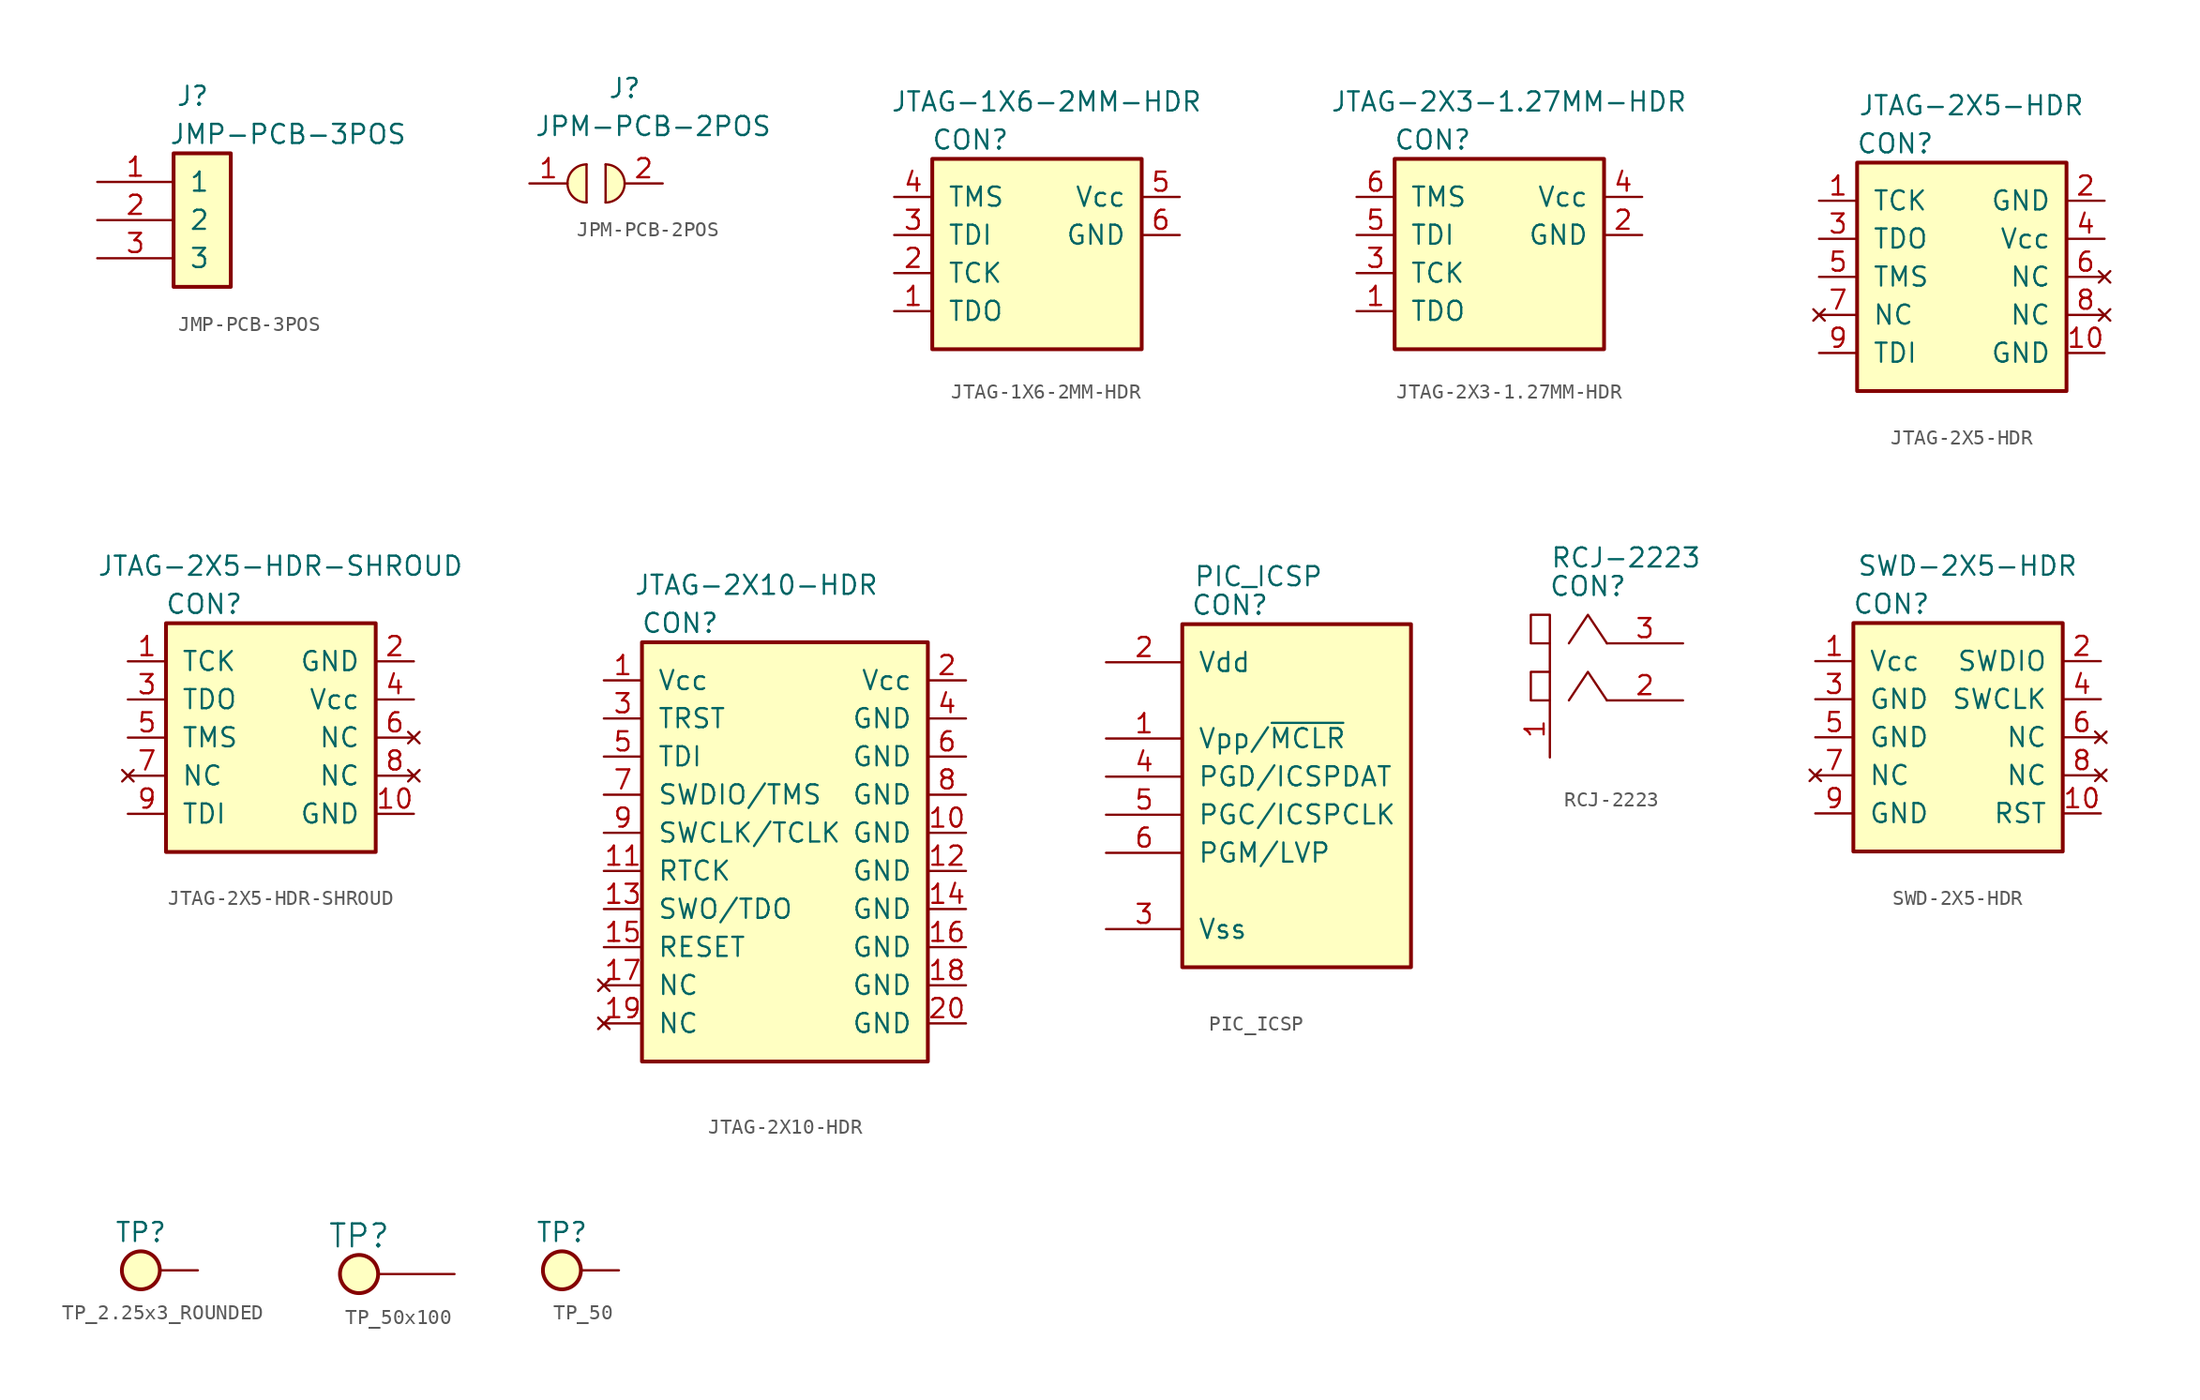
<source format=kicad_sym>
(kicad_symbol_lib
  (version 20220914)
  (generator kicad_symbol_editor)
  (symbol "JMP-PCB-3POS"
    (pin_names
      (offset 1.016))
    (property "Reference" "J"
      (at 1.27 3.81 0)
      (effects (font (size 1.27 1.27))))
    (property "Value" "JMP-PCB-3POS"
      (at 7.62 1.27 0)
      (effects (font (size 1.27 1.27))))
    (symbol "JMP-PCB-3POS_0_1"
      (rectangle (start 0 0) (end 3.81 -8.89) (stroke (width 0.254) (type default)) (fill (type background))))
    (symbol "JMP-PCB-3POS_1_1"
      (pin passive line (at -5.08 -1.905 0) (length 5.08) (name "1" (effects (font (size 1.27 1.27)))) (number "1" (effects (font (size 1.27 1.27)))))
      (pin passive line (at -5.08 -4.445 0) (length 5.08) (name "2" (effects (font (size 1.27 1.27)))) (number "2" (effects (font (size 1.27 1.27)))))
      (pin passive line (at -5.08 -6.985 0) (length 5.08) (name "3" (effects (font (size 1.27 1.27)))) (number "3" (effects (font (size 1.27 1.27)))))))
  (symbol "JPM-PCB-2POS"
    (pin_names
      (offset 1.016))
    (property "Reference" "J"
      (at 2.54 3.81 0)
      (effects (font (size 1.27 1.27))))
    (property "Value" "JPM-PCB-2POS"
      (at 4.445 1.27 0)
      (effects (font (size 1.27 1.27))))
    (symbol "JPM-PCB-2POS_0_1"
      (arc (start 0 -1.27) (mid -1.2645 -2.54) (end 0 -3.81) (stroke (width 0) (type default)) (fill (type background)))
      (polyline (pts (xy 0 -3.81) (xy 0 -1.27)) (stroke (width 0) (type default)) (fill (type none)))
      (polyline (pts (xy 1.27 -1.27) (xy 1.27 -3.81)) (stroke (width 0) (type default)) (fill (type none)))
      (arc (start 1.27 -3.81) (mid 2.5345 -2.54) (end 1.27 -1.27) (stroke (width 0) (type default)) (fill (type background))))
    (symbol "JPM-PCB-2POS_1_1"
      (pin passive line (at -3.81 -2.54 0) (length 2.54) (name "1" (effects (font (size 0 0)))) (number "1" (effects (font (size 1.27 1.27)))))
      (pin passive line (at 5.08 -2.54 180) (length 2.54) (name "2" (effects (font (size 0 0)))) (number "2" (effects (font (size 1.27 1.27)))))))
  (symbol "JTAG-1X6-2MM-HDR"
    (pin_names
      (offset 1.016))
    (property "Reference" "CON"
      (at 2.54 1.27 0)
      (effects (font (size 1.27 1.27))))
    (property "Value" "JTAG-1X6-2MM-HDR"
      (at 7.62 3.81 0)
      (effects (font (size 1.27 1.27))))
    (symbol "JTAG-1X6-2MM-HDR_0_1"
      (rectangle (start 0 0) (end 13.97 -12.7) (stroke (width 0.254) (type default)) (fill (type background))))
    (symbol "JTAG-1X6-2MM-HDR_1_1"
      (pin bidirectional line (at -2.54 -10.16 0) (length 2.54) (name "TDO" (effects (font (size 1.27 1.27)))) (number "1" (effects (font (size 1.27 1.27)))))
      (pin bidirectional line (at -2.54 -7.62 0) (length 2.54) (name "TCK" (effects (font (size 1.27 1.27)))) (number "2" (effects (font (size 1.27 1.27)))))
      (pin bidirectional line (at -2.54 -5.08 0) (length 2.54) (name "TDI" (effects (font (size 1.27 1.27)))) (number "3" (effects (font (size 1.27 1.27)))))
      (pin bidirectional line (at -2.54 -2.54 0) (length 2.54) (name "TMS" (effects (font (size 1.27 1.27)))) (number "4" (effects (font (size 1.27 1.27)))))
      (pin power_in line (at 16.51 -2.54 180) (length 2.54) (name "Vcc" (effects (font (size 1.27 1.27)))) (number "5" (effects (font (size 1.27 1.27)))))
      (pin power_in line (at 16.51 -5.08 180) (length 2.54) (name "GND" (effects (font (size 1.27 1.27)))) (number "6" (effects (font (size 1.27 1.27)))))))
  (symbol "JTAG-2X3-1.27MM-HDR"
    (pin_names
      (offset 1.016))
    (property "Reference" "CON"
      (at 2.54 1.27 0)
      (effects (font (size 1.27 1.27))))
    (property "Value" "JTAG-2X3-1.27MM-HDR"
      (at 7.62 3.81 0)
      (effects (font (size 1.27 1.27))))
    (symbol "JTAG-2X3-1.27MM-HDR_0_1"
      (rectangle (start 0 0) (end 13.97 -12.7) (stroke (width 0.254) (type default)) (fill (type background))))
    (symbol "JTAG-2X3-1.27MM-HDR_1_1"
      (pin bidirectional line (at -2.54 -10.16 0) (length 2.54) (name "TDO" (effects (font (size 1.27 1.27)))) (number "1" (effects (font (size 1.27 1.27)))))
      (pin power_in line (at 16.51 -5.08 180) (length 2.54) (name "GND" (effects (font (size 1.27 1.27)))) (number "2" (effects (font (size 1.27 1.27)))))
      (pin bidirectional line (at -2.54 -7.62 0) (length 2.54) (name "TCK" (effects (font (size 1.27 1.27)))) (number "3" (effects (font (size 1.27 1.27)))))
      (pin power_in line (at 16.51 -2.54 180) (length 2.54) (name "Vcc" (effects (font (size 1.27 1.27)))) (number "4" (effects (font (size 1.27 1.27)))))
      (pin bidirectional line (at -2.54 -5.08 0) (length 2.54) (name "TDI" (effects (font (size 1.27 1.27)))) (number "5" (effects (font (size 1.27 1.27)))))
      (pin bidirectional line (at -2.54 -2.54 0) (length 2.54) (name "TMS" (effects (font (size 1.27 1.27)))) (number "6" (effects (font (size 1.27 1.27)))))))
  (symbol "JTAG-2X5-HDR"
    (pin_names
      (offset 1.016))
    (property "Reference" "CON"
      (at 2.54 1.27 0)
      (effects (font (size 1.27 1.27))))
    (property "Value" "JTAG-2X5-HDR"
      (at 7.62 3.81 0)
      (effects (font (size 1.27 1.27))))
    (symbol "JTAG-2X5-HDR_0_1"
      (rectangle (start 0 0) (end 13.97 -15.24) (stroke (width 0.254) (type default)) (fill (type background))))
    (symbol "JTAG-2X5-HDR_1_1"
      (pin bidirectional line (at -2.54 -2.54 0) (length 2.54) (name "TCK" (effects (font (size 1.27 1.27)))) (number "1" (effects (font (size 1.27 1.27)))))
      (pin power_in line (at 16.51 -12.7 180) (length 2.54) (name "GND" (effects (font (size 1.27 1.27)))) (number "10" (effects (font (size 1.27 1.27)))))
      (pin power_in line (at 16.51 -2.54 180) (length 2.54) (name "GND" (effects (font (size 1.27 1.27)))) (number "2" (effects (font (size 1.27 1.27)))))
      (pin bidirectional line (at -2.54 -5.08 0) (length 2.54) (name "TDO" (effects (font (size 1.27 1.27)))) (number "3" (effects (font (size 1.27 1.27)))))
      (pin power_in line (at 16.51 -5.08 180) (length 2.54) (name "Vcc" (effects (font (size 1.27 1.27)))) (number "4" (effects (font (size 1.27 1.27)))))
      (pin bidirectional line (at -2.54 -7.62 0) (length 2.54) (name "TMS" (effects (font (size 1.27 1.27)))) (number "5" (effects (font (size 1.27 1.27)))))
      (pin no_connect line (at 16.51 -7.62 180) (length 2.54) (name "NC" (effects (font (size 1.27 1.27)))) (number "6" (effects (font (size 1.27 1.27)))))
      (pin no_connect line (at -2.54 -10.16 0) (length 2.54) (name "NC" (effects (font (size 1.27 1.27)))) (number "7" (effects (font (size 1.27 1.27)))))
      (pin no_connect line (at 16.51 -10.16 180) (length 2.54) (name "NC" (effects (font (size 1.27 1.27)))) (number "8" (effects (font (size 1.27 1.27)))))
      (pin bidirectional line (at -2.54 -12.7 0) (length 2.54) (name "TDI" (effects (font (size 1.27 1.27)))) (number "9" (effects (font (size 1.27 1.27)))))))
  (symbol "JTAG-2X5-HDR-SHROUD"
    (pin_names
      (offset 1.016))
    (property "Reference" "CON"
      (at 2.54 1.27 0)
      (effects (font (size 1.27 1.27))))
    (property "Value" "JTAG-2X5-HDR-SHROUD"
      (at 7.62 3.81 0)
      (effects (font (size 1.27 1.27))))
    (symbol "JTAG-2X5-HDR-SHROUD_0_1"
      (rectangle (start 0 0) (end 13.97 -15.24) (stroke (width 0.254) (type default)) (fill (type background))))
    (symbol "JTAG-2X5-HDR-SHROUD_1_1"
      (pin bidirectional line (at -2.54 -2.54 0) (length 2.54) (name "TCK" (effects (font (size 1.27 1.27)))) (number "1" (effects (font (size 1.27 1.27)))))
      (pin power_in line (at 16.51 -12.7 180) (length 2.54) (name "GND" (effects (font (size 1.27 1.27)))) (number "10" (effects (font (size 1.27 1.27)))))
      (pin power_in line (at 16.51 -2.54 180) (length 2.54) (name "GND" (effects (font (size 1.27 1.27)))) (number "2" (effects (font (size 1.27 1.27)))))
      (pin bidirectional line (at -2.54 -5.08 0) (length 2.54) (name "TDO" (effects (font (size 1.27 1.27)))) (number "3" (effects (font (size 1.27 1.27)))))
      (pin power_in line (at 16.51 -5.08 180) (length 2.54) (name "Vcc" (effects (font (size 1.27 1.27)))) (number "4" (effects (font (size 1.27 1.27)))))
      (pin bidirectional line (at -2.54 -7.62 0) (length 2.54) (name "TMS" (effects (font (size 1.27 1.27)))) (number "5" (effects (font (size 1.27 1.27)))))
      (pin no_connect line (at 16.51 -7.62 180) (length 2.54) (name "NC" (effects (font (size 1.27 1.27)))) (number "6" (effects (font (size 1.27 1.27)))))
      (pin no_connect line (at -2.54 -10.16 0) (length 2.54) (name "NC" (effects (font (size 1.27 1.27)))) (number "7" (effects (font (size 1.27 1.27)))))
      (pin no_connect line (at 16.51 -10.16 180) (length 2.54) (name "NC" (effects (font (size 1.27 1.27)))) (number "8" (effects (font (size 1.27 1.27)))))
      (pin bidirectional line (at -2.54 -12.7 0) (length 2.54) (name "TDI" (effects (font (size 1.27 1.27)))) (number "9" (effects (font (size 1.27 1.27)))))))
  (symbol "JTAG-2X10-HDR"
    (pin_names
      (offset 1.016))
    (property "Reference" "CON"
      (at 2.54 1.27 0)
      (effects (font (size 1.27 1.27))))
    (property "Value" "JTAG-2X10-HDR"
      (at 7.62 3.81 0)
      (effects (font (size 1.27 1.27))))
    (symbol "JTAG-2X10-HDR_0_1"
      (rectangle (start 0 0) (end 19.05 -27.94) (stroke (width 0.254) (type default)) (fill (type background))))
    (symbol "JTAG-2X10-HDR_1_1"
      (pin power_in line (at -2.54 -2.54 0) (length 2.54) (name "Vcc" (effects (font (size 1.27 1.27)))) (number "1" (effects (font (size 1.27 1.27)))))
      (pin power_in line (at 21.59 -12.7 180) (length 2.54) (name "GND" (effects (font (size 1.27 1.27)))) (number "10" (effects (font (size 1.27 1.27)))))
      (pin bidirectional line (at -2.54 -15.24 0) (length 2.54) (name "RTCK" (effects (font (size 1.27 1.27)))) (number "11" (effects (font (size 1.27 1.27)))))
      (pin power_in line (at 21.59 -15.24 180) (length 2.54) (name "GND" (effects (font (size 1.27 1.27)))) (number "12" (effects (font (size 1.27 1.27)))))
      (pin bidirectional line (at -2.54 -17.78 0) (length 2.54) (name "SWO/TDO" (effects (font (size 1.27 1.27)))) (number "13" (effects (font (size 1.27 1.27)))))
      (pin power_in line (at 21.59 -17.78 180) (length 2.54) (name "GND" (effects (font (size 1.27 1.27)))) (number "14" (effects (font (size 1.27 1.27)))))
      (pin bidirectional line (at -2.54 -20.32 0) (length 2.54) (name "RESET" (effects (font (size 1.27 1.27)))) (number "15" (effects (font (size 1.27 1.27)))))
      (pin power_in line (at 21.59 -20.32 180) (length 2.54) (name "GND" (effects (font (size 1.27 1.27)))) (number "16" (effects (font (size 1.27 1.27)))))
      (pin no_connect line (at -2.54 -22.86 0) (length 2.54) (name "NC" (effects (font (size 1.27 1.27)))) (number "17" (effects (font (size 1.27 1.27)))))
      (pin power_in line (at 21.59 -22.86 180) (length 2.54) (name "GND" (effects (font (size 1.27 1.27)))) (number "18" (effects (font (size 1.27 1.27)))))
      (pin no_connect line (at -2.54 -25.4 0) (length 2.54) (name "NC" (effects (font (size 1.27 1.27)))) (number "19" (effects (font (size 1.27 1.27)))))
      (pin power_in line (at 21.59 -2.54 180) (length 2.54) (name "Vcc" (effects (font (size 1.27 1.27)))) (number "2" (effects (font (size 1.27 1.27)))))
      (pin power_in line (at 21.59 -25.4 180) (length 2.54) (name "GND" (effects (font (size 1.27 1.27)))) (number "20" (effects (font (size 1.27 1.27)))))
      (pin bidirectional line (at -2.54 -5.08 0) (length 2.54) (name "TRST" (effects (font (size 1.27 1.27)))) (number "3" (effects (font (size 1.27 1.27)))))
      (pin power_in line (at 21.59 -5.08 180) (length 2.54) (name "GND" (effects (font (size 1.27 1.27)))) (number "4" (effects (font (size 1.27 1.27)))))
      (pin bidirectional line (at -2.54 -7.62 0) (length 2.54) (name "TDI" (effects (font (size 1.27 1.27)))) (number "5" (effects (font (size 1.27 1.27)))))
      (pin power_in line (at 21.59 -7.62 180) (length 2.54) (name "GND" (effects (font (size 1.27 1.27)))) (number "6" (effects (font (size 1.27 1.27)))))
      (pin bidirectional line (at -2.54 -10.16 0) (length 2.54) (name "SWDIO/TMS" (effects (font (size 1.27 1.27)))) (number "7" (effects (font (size 1.27 1.27)))))
      (pin power_in line (at 21.59 -10.16 180) (length 2.54) (name "GND" (effects (font (size 1.27 1.27)))) (number "8" (effects (font (size 1.27 1.27)))))
      (pin bidirectional line (at -2.54 -12.7 0) (length 2.54) (name "SWCLK/TCLK" (effects (font (size 1.27 1.27)))) (number "9" (effects (font (size 1.27 1.27)))))))
  (symbol "PIC_ICSP"
    (pin_names
      (offset 1.016))
    (property "Reference" "CON"
      (at 3.175 1.27 0)
      (effects (font (size 1.27 1.27))))
    (property "Value" "PIC_ICSP"
      (at 5.08 3.175 0)
      (effects (font (size 1.27 1.27))))
    (symbol "PIC_ICSP_0_1"
      (rectangle (start 0 0) (end 15.24 -22.86) (stroke (width 0.254) (type default)) (fill (type background))))
    (symbol "PIC_ICSP_1_1"
      (pin passive line (at -5.08 -7.62 0) (length 5.08) (name "Vpp/~{MCLR}" (effects (font (size 1.27 1.27)))) (number "1" (effects (font (size 1.27 1.27)))))
      (pin passive line (at -5.08 -2.54 0) (length 5.08) (name "Vdd" (effects (font (size 1.27 1.27)))) (number "2" (effects (font (size 1.27 1.27)))))
      (pin passive line (at -5.08 -20.32 0) (length 5.08) (name "Vss" (effects (font (size 1.27 1.27)))) (number "3" (effects (font (size 1.27 1.27)))))
      (pin passive line (at -5.08 -10.16 0) (length 5.08) (name "PGD/ICSPDAT" (effects (font (size 1.27 1.27)))) (number "4" (effects (font (size 1.27 1.27)))))
      (pin passive line (at -5.08 -12.7 0) (length 5.08) (name "PGC/ICSPCLK" (effects (font (size 1.27 1.27)))) (number "5" (effects (font (size 1.27 1.27)))))
      (pin passive line (at -5.08 -15.24 0) (length 5.08) (name "PGM/LVP" (effects (font (size 1.27 1.27)))) (number "6" (effects (font (size 1.27 1.27)))))))
  (symbol "RCJ-2223"
    (pin_names
      (offset 1.016))
    (property "Reference" "CON"
      (at 2.54 1.905 0)
      (effects (font (size 1.27 1.27))))
    (property "Value" "RCJ-2223"
      (at 5.08 3.81 0)
      (effects (font (size 1.27 1.27))))
    (symbol "RCJ-2223_0_1"
      (polyline (pts (xy 0 -5.715) (xy 0 -1.905)) (stroke (width 0) (type default)) (fill (type none)))
      (polyline (pts (xy 3.81 -5.715) (xy 2.54 -3.81) (xy 1.27 -5.715)) (stroke (width 0) (type default)) (fill (type none)))
      (polyline (pts (xy 3.81 -1.905) (xy 2.54 0) (xy 1.27 -1.905)) (stroke (width 0) (type default)) (fill (type none)))
      (polyline (pts (xy 0 -3.81) (xy -1.27 -3.81) (xy -1.27 -5.715) (xy 0 -5.715)) (stroke (width 0) (type default)) (fill (type none)))
      (polyline (pts (xy 0 0) (xy -1.27 0) (xy -1.27 -1.905) (xy 0 -1.905) (xy 0 0)) (stroke (width 0) (type default)) (fill (type none))))
    (symbol "RCJ-2223_1_1"
      (pin input line (at 0 -9.525 90) (length 3.81) (name "GND" (effects (font (size 0 0)))) (number "1" (effects (font (size 1.27 1.27)))))
      (pin input line (at 8.89 -5.715 180) (length 5.08) (name "L" (effects (font (size 0 0)))) (number "2" (effects (font (size 1.27 1.27)))))
      (pin input line (at 8.89 -1.905 180) (length 5.08) (name "R" (effects (font (size 0 0)))) (number "3" (effects (font (size 1.27 1.27)))))))
  (symbol "SWD-2X5-HDR"
    (pin_names
      (offset 1.016))
    (property "Reference" "CON"
      (at 2.54 1.27 0)
      (effects (font (size 1.27 1.27))))
    (property "Value" "SWD-2X5-HDR"
      (at 7.62 3.81 0)
      (effects (font (size 1.27 1.27))))
    (symbol "SWD-2X5-HDR_0_1"
      (rectangle (start 0 0) (end 13.97 -15.24) (stroke (width 0.254) (type default)) (fill (type background))))
    (symbol "SWD-2X5-HDR_1_1"
      (pin power_in line (at -2.54 -2.54 0) (length 2.54) (name "Vcc" (effects (font (size 1.27 1.27)))) (number "1" (effects (font (size 1.27 1.27)))))
      (pin power_in line (at 16.51 -12.7 180) (length 2.54) (name "RST" (effects (font (size 1.27 1.27)))) (number "10" (effects (font (size 1.27 1.27)))))
      (pin bidirectional line (at 16.51 -2.54 180) (length 2.54) (name "SWDIO" (effects (font (size 1.27 1.27)))) (number "2" (effects (font (size 1.27 1.27)))))
      (pin power_in line (at -2.54 -5.08 0) (length 2.54) (name "GND" (effects (font (size 1.27 1.27)))) (number "3" (effects (font (size 1.27 1.27)))))
      (pin input line (at 16.51 -5.08 180) (length 2.54) (name "SWCLK" (effects (font (size 1.27 1.27)))) (number "4" (effects (font (size 1.27 1.27)))))
      (pin power_in line (at -2.54 -7.62 0) (length 2.54) (name "GND" (effects (font (size 1.27 1.27)))) (number "5" (effects (font (size 1.27 1.27)))))
      (pin no_connect line (at 16.51 -7.62 180) (length 2.54) (name "NC" (effects (font (size 1.27 1.27)))) (number "6" (effects (font (size 1.27 1.27)))))
      (pin no_connect line (at -2.54 -10.16 0) (length 2.54) (name "NC" (effects (font (size 1.27 1.27)))) (number "7" (effects (font (size 1.27 1.27)))))
      (pin no_connect line (at 16.51 -10.16 180) (length 2.54) (name "NC" (effects (font (size 1.27 1.27)))) (number "8" (effects (font (size 1.27 1.27)))))
      (pin power_in line (at -2.54 -12.7 0) (length 2.54) (name "GND" (effects (font (size 1.27 1.27)))) (number "9" (effects (font (size 1.27 1.27)))))))
  (symbol "TP_2.25x3_ROUNDED"
    (pin_names
      (offset 1.016))
    (property "Reference" "TP"
      (at -1.27 2.54 0)
      (effects (font (size 1.27 1.27))))
    (symbol "TP_2.25x3_ROUNDED_0_1"
      (circle (center -1.27 0) (radius 1.27) (stroke (width 0.254) (type default)) (fill (type background))))
    (symbol "TP_2.25x3_ROUNDED_1_1"
      (pin passive line (at 2.54 0 180) (length 2.54) (name "~" (effects (font (size 1.27 1.27)))) (number "1" (effects (font (size 0 0)))))))
  (symbol "TP_50x100"
    (pin_names
      (offset 1.016))
    (property "Reference" "TP"
      (at -1.27 2.54 0)
      (effects (font (size 1.524 1.524))))
    (symbol "TP_50x100_0_1"
      (circle (center -1.27 0) (radius 1.27) (stroke (width 0.254) (type default)) (fill (type background))))
    (symbol "TP_50x100_1_1"
      (pin input line (at 5.08 0 180) (length 5.08) (name "~" (effects (font (size 1.27 1.27)))) (number "1" (effects (font (size 0 0)))))))
  (symbol "TP_50"
    (pin_names
      (offset 1.016))
    (property "Reference" "TP"
      (at -1.27 2.54 0)
      (effects (font (size 1.27 1.27))))
    (symbol "TP_50_0_1"
      (circle (center -1.27 0) (radius 1.27) (stroke (width 0.254) (type default)) (fill (type background))))
    (symbol "TP_50_1_1"
      (pin passive line (at 2.54 0 180) (length 2.54) (name "~" (effects (font (size 1.27 1.27)))) (number "1" (effects (font (size 0 0))))))))
</source>
